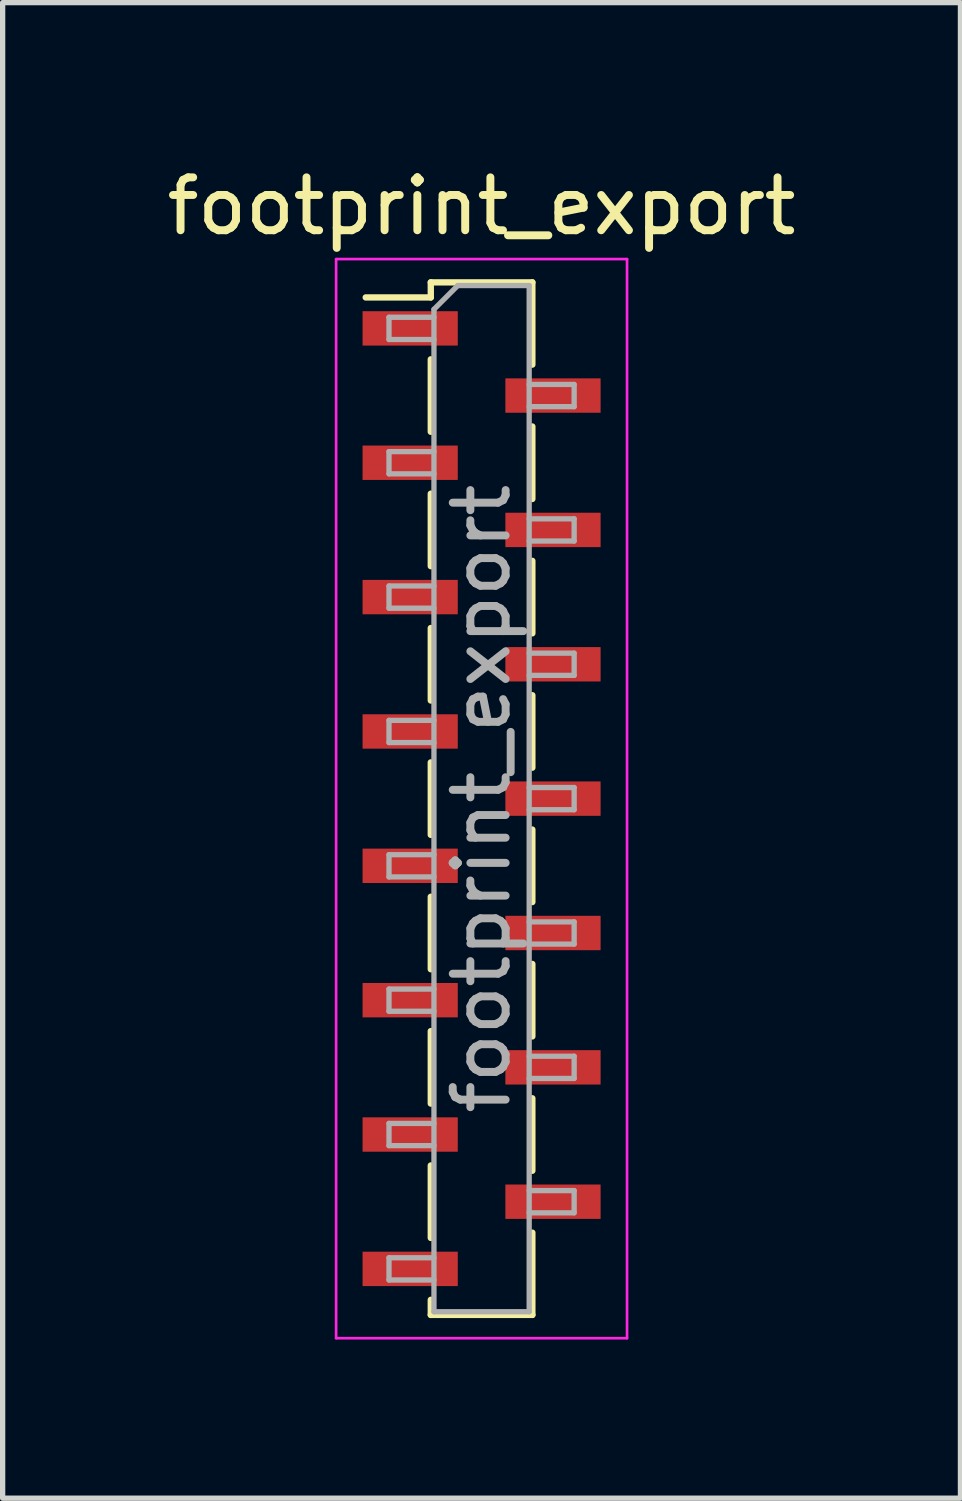
<source format=kicad_pcb>
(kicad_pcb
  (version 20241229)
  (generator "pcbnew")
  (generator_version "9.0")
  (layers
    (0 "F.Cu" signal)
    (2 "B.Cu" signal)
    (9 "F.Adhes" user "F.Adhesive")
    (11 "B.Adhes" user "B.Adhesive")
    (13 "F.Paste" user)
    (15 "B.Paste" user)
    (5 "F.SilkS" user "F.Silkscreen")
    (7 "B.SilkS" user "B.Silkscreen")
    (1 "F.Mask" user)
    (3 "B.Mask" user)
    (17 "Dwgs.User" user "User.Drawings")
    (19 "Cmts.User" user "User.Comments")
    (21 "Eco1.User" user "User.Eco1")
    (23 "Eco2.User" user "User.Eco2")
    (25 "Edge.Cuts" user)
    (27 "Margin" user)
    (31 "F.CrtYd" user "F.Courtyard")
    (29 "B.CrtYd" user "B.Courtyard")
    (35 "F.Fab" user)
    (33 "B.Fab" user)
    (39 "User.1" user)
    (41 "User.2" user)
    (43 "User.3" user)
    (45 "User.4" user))
  (footprint "footprint_export"
    (layer "F.Cu")
    (at 6.054 12.048)
    (property "Reference" "footprint_export" (at 0 -11.2 0) (layer "F.SilkS") (effects (font (size 1 1) (thickness 0.15))))
    (attr smd)
    (fp_line (start -2.19 -9.475) (end -0.96 -9.475) (stroke (width 0.12) (type solid)) (layer "F.SilkS"))
    (fp_line (start -0.96 -9.76) (end -0.96 -9.475) (stroke (width 0.12) (type solid)) (layer "F.SilkS"))
    (fp_line (start -0.96 -9.76) (end 0.96 -9.76) (stroke (width 0.12) (type solid)) (layer "F.SilkS"))
    (fp_line (start -0.96 -8.305) (end -0.96 -6.935) (stroke (width 0.12) (type solid)) (layer "F.SilkS"))
    (fp_line (start -0.96 -5.765) (end -0.96 -4.395) (stroke (width 0.12) (type solid)) (layer "F.SilkS"))
    (fp_line (start -0.96 -3.225) (end -0.96 -1.855) (stroke (width 0.12) (type solid)) (layer "F.SilkS"))
    (fp_line (start -0.96 -0.685) (end -0.96 0.685) (stroke (width 0.12) (type solid)) (layer "F.SilkS"))
    (fp_line (start -0.96 1.855) (end -0.96 3.225) (stroke (width 0.12) (type solid)) (layer "F.SilkS"))
    (fp_line (start -0.96 4.395) (end -0.96 5.765) (stroke (width 0.12) (type solid)) (layer "F.SilkS"))
    (fp_line (start -0.96 6.935) (end -0.96 8.305) (stroke (width 0.12) (type solid)) (layer "F.SilkS"))
    (fp_line (start -0.96 9.475) (end -0.96 9.76) (stroke (width 0.12) (type solid)) (layer "F.SilkS"))
    (fp_line (start -0.96 9.76) (end 0.96 9.76) (stroke (width 0.12) (type solid)) (layer "F.SilkS"))
    (fp_line (start 0.96 -9.76) (end 0.96 -8.205) (stroke (width 0.12) (type solid)) (layer "F.SilkS"))
    (fp_line (start 0.96 -7.035) (end 0.96 -5.665) (stroke (width 0.12) (type solid)) (layer "F.SilkS"))
    (fp_line (start 0.96 -4.495) (end 0.96 -3.125) (stroke (width 0.12) (type solid)) (layer "F.SilkS"))
    (fp_line (start 0.96 -1.955) (end 0.96 -0.585) (stroke (width 0.12) (type solid)) (layer "F.SilkS"))
    (fp_line (start 0.96 0.585) (end 0.96 1.955) (stroke (width 0.12) (type solid)) (layer "F.SilkS"))
    (fp_line (start 0.96 3.125) (end 0.96 4.495) (stroke (width 0.12) (type solid)) (layer "F.SilkS"))
    (fp_line (start 0.96 5.665) (end 0.96 7.035) (stroke (width 0.12) (type solid)) (layer "F.SilkS"))
    (fp_line (start 0.96 8.205) (end 0.96 9.76) (stroke (width 0.12) (type solid)) (layer "F.SilkS"))
    (fp_line (start -2.75 -10.2) (end 2.75 -10.2) (stroke (width 0.05) (type solid)) (layer "F.CrtYd"))
    (fp_line (start -2.75 10.2) (end -2.75 -10.2) (stroke (width 0.05) (type solid)) (layer "F.CrtYd"))
    (fp_line (start 2.75 -10.2) (end 2.75 10.2) (stroke (width 0.05) (type solid)) (layer "F.CrtYd"))
    (fp_line (start 2.75 10.2) (end -2.75 10.2) (stroke (width 0.05) (type solid)) (layer "F.CrtYd"))
    (fp_line (start -1.75 -9.1) (end -0.9 -9.1) (stroke (width 0.1) (type solid)) (layer "F.Fab"))
    (fp_line (start -1.75 -8.68) (end -1.75 -9.1) (stroke (width 0.1) (type solid)) (layer "F.Fab"))
    (fp_line (start -1.75 -6.56) (end -0.9 -6.56) (stroke (width 0.1) (type solid)) (layer "F.Fab"))
    (fp_line (start -1.75 -6.14) (end -1.75 -6.56) (stroke (width 0.1) (type solid)) (layer "F.Fab"))
    (fp_line (start -1.75 -4.02) (end -0.9 -4.02) (stroke (width 0.1) (type solid)) (layer "F.Fab"))
    (fp_line (start -1.75 -3.6) (end -1.75 -4.02) (stroke (width 0.1) (type solid)) (layer "F.Fab"))
    (fp_line (start -1.75 -1.48) (end -0.9 -1.48) (stroke (width 0.1) (type solid)) (layer "F.Fab"))
    (fp_line (start -1.75 -1.06) (end -1.75 -1.48) (stroke (width 0.1) (type solid)) (layer "F.Fab"))
    (fp_line (start -1.75 1.06) (end -0.9 1.06) (stroke (width 0.1) (type solid)) (layer "F.Fab"))
    (fp_line (start -1.75 1.48) (end -1.75 1.06) (stroke (width 0.1) (type solid)) (layer "F.Fab"))
    (fp_line (start -1.75 3.6) (end -0.9 3.6) (stroke (width 0.1) (type solid)) (layer "F.Fab"))
    (fp_line (start -1.75 4.02) (end -1.75 3.6) (stroke (width 0.1) (type solid)) (layer "F.Fab"))
    (fp_line (start -1.75 6.14) (end -0.9 6.14) (stroke (width 0.1) (type solid)) (layer "F.Fab"))
    (fp_line (start -1.75 6.56) (end -1.75 6.14) (stroke (width 0.1) (type solid)) (layer "F.Fab"))
    (fp_line (start -1.75 8.68) (end -0.9 8.68) (stroke (width 0.1) (type solid)) (layer "F.Fab"))
    (fp_line (start -1.75 9.1) (end -1.75 8.68) (stroke (width 0.1) (type solid)) (layer "F.Fab"))
    (fp_line (start -0.9 -9.25) (end -0.45 -9.7) (stroke (width 0.1) (type solid)) (layer "F.Fab"))
    (fp_line (start -0.9 -8.68) (end -1.75 -8.68) (stroke (width 0.1) (type solid)) (layer "F.Fab"))
    (fp_line (start -0.9 -6.14) (end -1.75 -6.14) (stroke (width 0.1) (type solid)) (layer "F.Fab"))
    (fp_line (start -0.9 -3.6) (end -1.75 -3.6) (stroke (width 0.1) (type solid)) (layer "F.Fab"))
    (fp_line (start -0.9 -1.06) (end -1.75 -1.06) (stroke (width 0.1) (type solid)) (layer "F.Fab"))
    (fp_line (start -0.9 1.48) (end -1.75 1.48) (stroke (width 0.1) (type solid)) (layer "F.Fab"))
    (fp_line (start -0.9 4.02) (end -1.75 4.02) (stroke (width 0.1) (type solid)) (layer "F.Fab"))
    (fp_line (start -0.9 6.56) (end -1.75 6.56) (stroke (width 0.1) (type solid)) (layer "F.Fab"))
    (fp_line (start -0.9 9.1) (end -1.75 9.1) (stroke (width 0.1) (type solid)) (layer "F.Fab"))
    (fp_line (start -0.9 9.7) (end -0.9 -9.25) (stroke (width 0.1) (type solid)) (layer "F.Fab"))
    (fp_line (start -0.45 -9.7) (end 0.9 -9.7) (stroke (width 0.1) (type solid)) (layer "F.Fab"))
    (fp_line (start 0.9 -9.7) (end 0.9 9.7) (stroke (width 0.1) (type solid)) (layer "F.Fab"))
    (fp_line (start 0.9 -7.83) (end 1.75 -7.83) (stroke (width 0.1) (type solid)) (layer "F.Fab"))
    (fp_line (start 0.9 -5.29) (end 1.75 -5.29) (stroke (width 0.1) (type solid)) (layer "F.Fab"))
    (fp_line (start 0.9 -2.75) (end 1.75 -2.75) (stroke (width 0.1) (type solid)) (layer "F.Fab"))
    (fp_line (start 0.9 -0.21) (end 1.75 -0.21) (stroke (width 0.1) (type solid)) (layer "F.Fab"))
    (fp_line (start 0.9 2.33) (end 1.75 2.33) (stroke (width 0.1) (type solid)) (layer "F.Fab"))
    (fp_line (start 0.9 4.87) (end 1.75 4.87) (stroke (width 0.1) (type solid)) (layer "F.Fab"))
    (fp_line (start 0.9 7.41) (end 1.75 7.41) (stroke (width 0.1) (type solid)) (layer "F.Fab"))
    (fp_line (start 0.9 9.7) (end -0.9 9.7) (stroke (width 0.1) (type solid)) (layer "F.Fab"))
    (fp_line (start 1.75 -7.83) (end 1.75 -7.41) (stroke (width 0.1) (type solid)) (layer "F.Fab"))
    (fp_line (start 1.75 -7.41) (end 0.9 -7.41) (stroke (width 0.1) (type solid)) (layer "F.Fab"))
    (fp_line (start 1.75 -5.29) (end 1.75 -4.87) (stroke (width 0.1) (type solid)) (layer "F.Fab"))
    (fp_line (start 1.75 -4.87) (end 0.9 -4.87) (stroke (width 0.1) (type solid)) (layer "F.Fab"))
    (fp_line (start 1.75 -2.75) (end 1.75 -2.33) (stroke (width 0.1) (type solid)) (layer "F.Fab"))
    (fp_line (start 1.75 -2.33) (end 0.9 -2.33) (stroke (width 0.1) (type solid)) (layer "F.Fab"))
    (fp_line (start 1.75 -0.21) (end 1.75 0.21) (stroke (width 0.1) (type solid)) (layer "F.Fab"))
    (fp_line (start 1.75 0.21) (end 0.9 0.21) (stroke (width 0.1) (type solid)) (layer "F.Fab"))
    (fp_line (start 1.75 2.33) (end 1.75 2.75) (stroke (width 0.1) (type solid)) (layer "F.Fab"))
    (fp_line (start 1.75 2.75) (end 0.9 2.75) (stroke (width 0.1) (type solid)) (layer "F.Fab"))
    (fp_line (start 1.75 4.87) (end 1.75 5.29) (stroke (width 0.1) (type solid)) (layer "F.Fab"))
    (fp_line (start 1.75 5.29) (end 0.9 5.29) (stroke (width 0.1) (type solid)) (layer "F.Fab"))
    (fp_line (start 1.75 7.41) (end 1.75 7.83) (stroke (width 0.1) (type solid)) (layer "F.Fab"))
    (fp_line (start 1.75 7.83) (end 0.9 7.83) (stroke (width 0.1) (type solid)) (layer "F.Fab"))
    (fp_text user "${REFERENCE}" (at 0 0 90) (layer "F.Fab") (effects (font (size 1 1) (thickness 0.15))))
    (pad "1" smd rect (at -1.35 -8.89) (size 1.8 0.65) (layers "F.Cu" "F.Mask" "F.Paste"))
    (pad "2" smd rect (at 1.35 -7.62) (size 1.8 0.65) (layers "F.Cu" "F.Mask" "F.Paste"))
    (pad "3" smd rect (at -1.35 -6.35) (size 1.8 0.65) (layers "F.Cu" "F.Mask" "F.Paste"))
    (pad "4" smd rect (at 1.35 -5.08) (size 1.8 0.65) (layers "F.Cu" "F.Mask" "F.Paste"))
    (pad "5" smd rect (at -1.35 -3.81) (size 1.8 0.65) (layers "F.Cu" "F.Mask" "F.Paste"))
    (pad "6" smd rect (at 1.35 -2.54) (size 1.8 0.65) (layers "F.Cu" "F.Mask" "F.Paste"))
    (pad "7" smd rect (at -1.35 -1.27) (size 1.8 0.65) (layers "F.Cu" "F.Mask" "F.Paste"))
    (pad "8" smd rect (at 1.35 0) (size 1.8 0.65) (layers "F.Cu" "F.Mask" "F.Paste"))
    (pad "9" smd rect (at -1.35 1.27) (size 1.8 0.65) (layers "F.Cu" "F.Mask" "F.Paste"))
    (pad "10" smd rect (at 1.35 2.54) (size 1.8 0.65) (layers "F.Cu" "F.Mask" "F.Paste"))
    (pad "11" smd rect (at -1.35 3.81) (size 1.8 0.65) (layers "F.Cu" "F.Mask" "F.Paste"))
    (pad "12" smd rect (at 1.35 5.08) (size 1.8 0.65) (layers "F.Cu" "F.Mask" "F.Paste"))
    (pad "13" smd rect (at -1.35 6.35) (size 1.8 0.65) (layers "F.Cu" "F.Mask" "F.Paste"))
    (pad "14" smd rect (at 1.35 7.62) (size 1.8 0.65) (layers "F.Cu" "F.Mask" "F.Paste"))
    (pad "15" smd rect (at -1.35 8.89) (size 1.8 0.65) (layers "F.Cu" "F.Mask" "F.Paste")))
  (gr_rect
    (start -3 -3)
    (end 15.107 25.273)
    (stroke (width 0.1) (type default))
    (fill no)
    (layer "Edge.Cuts")))
</source>
